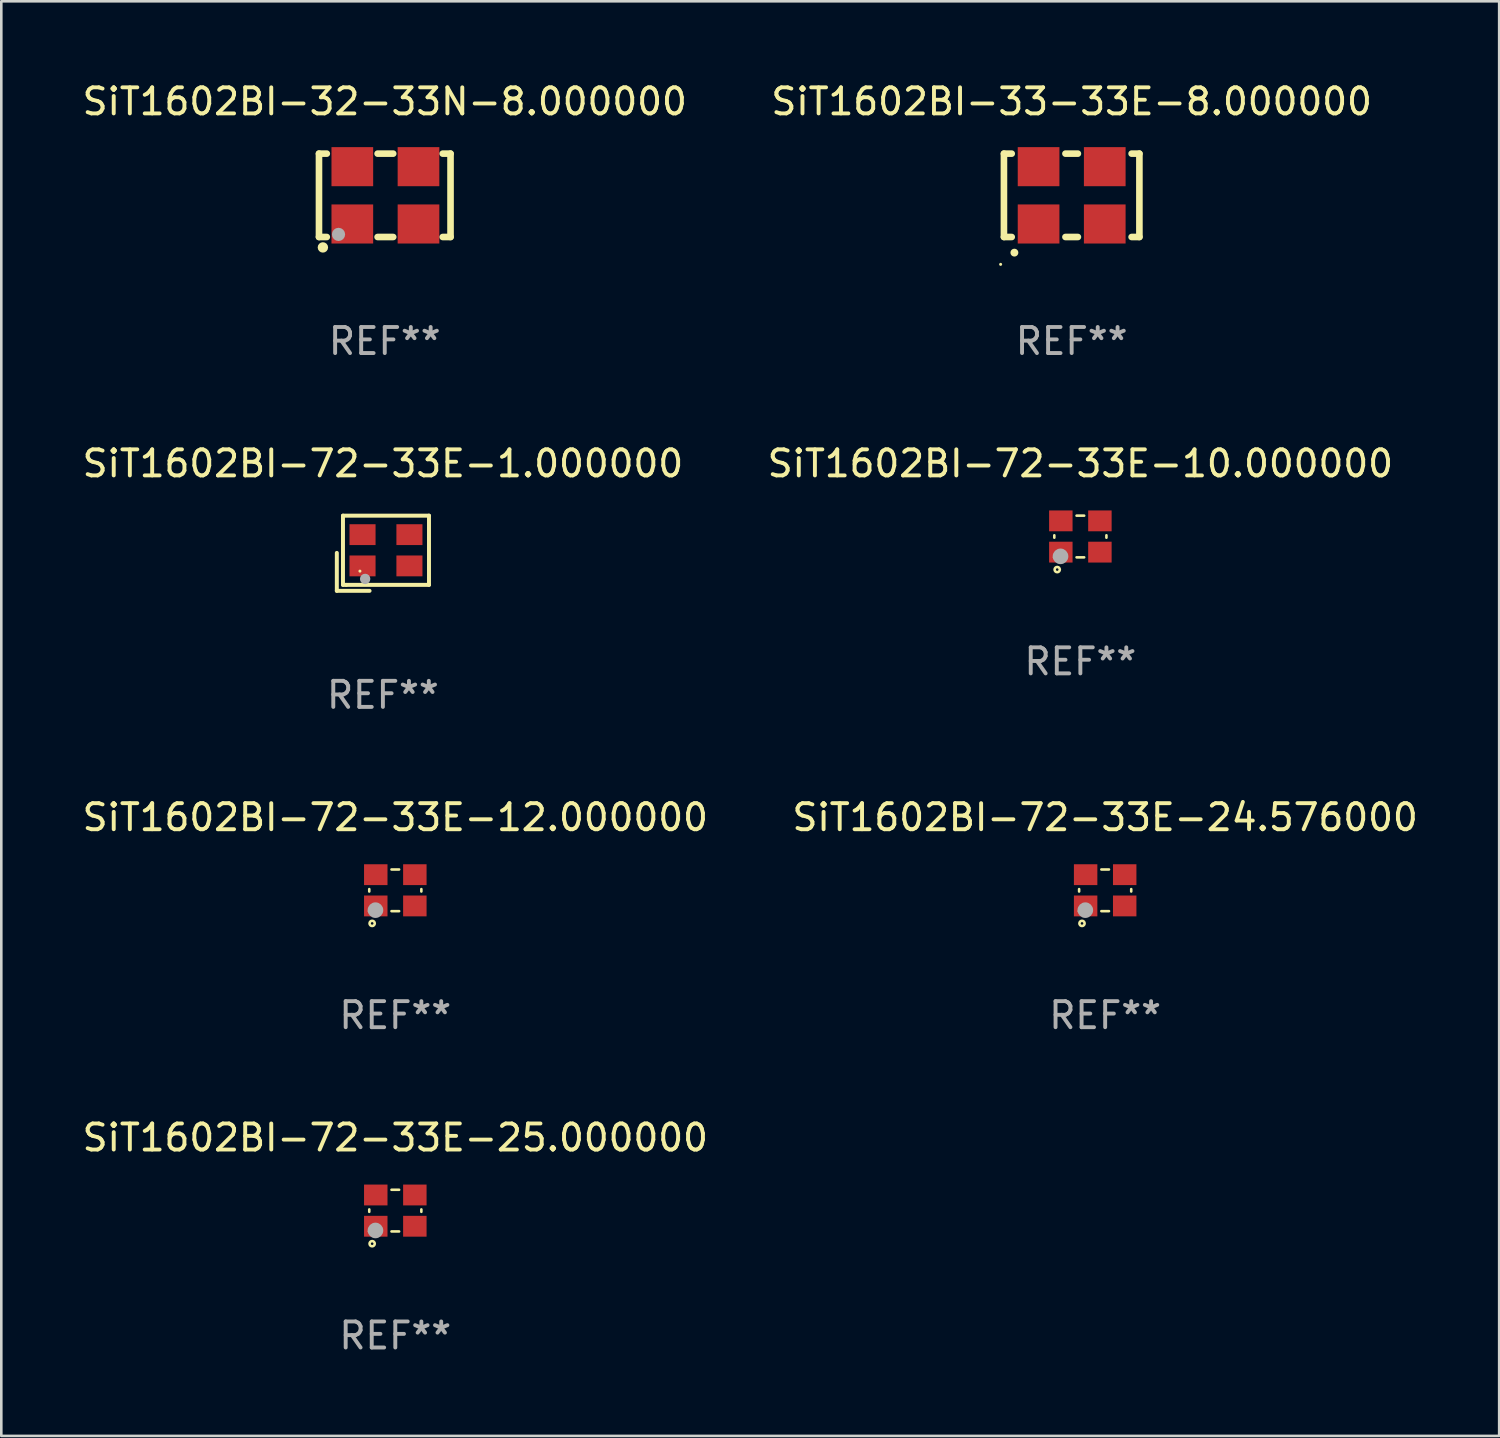
<source format=kicad_pcb>
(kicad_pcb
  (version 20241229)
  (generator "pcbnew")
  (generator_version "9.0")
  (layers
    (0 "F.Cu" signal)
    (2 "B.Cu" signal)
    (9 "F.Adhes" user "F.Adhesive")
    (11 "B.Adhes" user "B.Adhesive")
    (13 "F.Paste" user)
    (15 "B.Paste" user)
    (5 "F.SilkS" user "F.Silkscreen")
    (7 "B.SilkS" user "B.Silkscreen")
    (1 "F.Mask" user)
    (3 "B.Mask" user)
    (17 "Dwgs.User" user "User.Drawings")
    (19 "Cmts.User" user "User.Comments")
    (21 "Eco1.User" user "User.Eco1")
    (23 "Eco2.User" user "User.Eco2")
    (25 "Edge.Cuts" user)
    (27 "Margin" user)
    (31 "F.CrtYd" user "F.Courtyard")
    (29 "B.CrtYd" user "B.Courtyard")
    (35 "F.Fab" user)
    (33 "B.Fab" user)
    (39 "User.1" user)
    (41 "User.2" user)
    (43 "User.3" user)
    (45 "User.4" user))
  (footprint "SiT1602BI-32-33N-8.000000"
    (layer "F.Cu")
    (at 11.72 4.448)
    (property "Reference" "SiT1602BI-32-33N-8.000000" (at 0 -3.6 0) (layer "F.SilkS") (effects (font (size 1 1) (thickness 0.15))))
    (attr through_hole)
    (fp_line (start -2.525 -1.6) (end -2.225 -1.6) (stroke (width 0.254) (type solid)) (layer "F.SilkS"))
    (fp_line (start -2.525 1.6) (end -2.525 -1.6) (stroke (width 0.254) (type solid)) (layer "F.SilkS"))
    (fp_line (start -2.225 1.6) (end -2.525 1.6) (stroke (width 0.254) (type solid)) (layer "F.SilkS"))
    (fp_line (start -0.275 -1.6) (end 0.325 -1.6) (stroke (width 0.254) (type solid)) (layer "F.SilkS"))
    (fp_line (start -0.275 1.6) (end 0.325 1.6) (stroke (width 0.254) (type solid)) (layer "F.SilkS"))
    (fp_line (start 2.225 -1.6) (end 2.525 -1.6) (stroke (width 0.254) (type solid)) (layer "F.SilkS"))
    (fp_line (start 2.525 -1.6) (end 2.525 1.6) (stroke (width 0.254) (type solid)) (layer "F.SilkS"))
    (fp_line (start 2.525 1.6) (end 2.225 1.6) (stroke (width 0.254) (type solid)) (layer "F.SilkS"))
    (fp_circle (center -2.475 1.65) (end -2.445 1.65) (stroke (width 0.06) (type solid)) (fill no) (layer "F.SilkS"))
    (fp_circle (center -2.375 2) (end -2.275 2) (stroke (width 0.2) (type solid)) (fill no) (layer "F.SilkS"))
    (fp_circle (center -1.775 1.5) (end -1.648 1.5) (stroke (width 0.254) (type solid)) (fill no) (layer "F.Fab"))
    (fp_text user "REF**" (at 0 5.6 0) (layer "F.Fab") (effects (font (size 1 1) (thickness 0.15))))
    (pad "1" smd rect (at -1.245 1.1) (size 1.6 1.5) (layers "F.Cu" "F.Mask" "F.Paste"))
    (pad "2" smd rect (at 1.295 1.1) (size 1.6 1.5) (layers "F.Cu" "F.Mask" "F.Paste"))
    (pad "3" smd rect (at 1.295 -1.1 180) (size 1.6 1.5) (layers "F.Cu" "F.Mask" "F.Paste"))
    (pad "4" smd rect (at -1.245 -1.1) (size 1.6 1.5) (layers "F.Cu" "F.Mask" "F.Paste")))
  (footprint "SiT1602BI-33-33E-8.000000"
    (layer "F.Cu")
    (at 38.089 4.448)
    (property "Reference" "SiT1602BI-33-33E-8.000000" (at 0 -3.6 0) (layer "F.SilkS") (effects (font (size 1 1) (thickness 0.15))))
    (attr through_hole)
    (fp_line (start -2.6 -1.6) (end -2.301 -1.6) (stroke (width 0.254) (type solid)) (layer "F.SilkS"))
    (fp_line (start -2.6 1.6) (end -2.6 -1.6) (stroke (width 0.254) (type solid)) (layer "F.SilkS"))
    (fp_line (start -2.301 1.6) (end -2.6 1.6) (stroke (width 0.254) (type solid)) (layer "F.SilkS"))
    (fp_line (start -0.239 -1.6) (end 0.239 -1.6) (stroke (width 0.254) (type solid)) (layer "F.SilkS"))
    (fp_line (start 0.239 1.6) (end -0.239 1.6) (stroke (width 0.254) (type solid)) (layer "F.SilkS"))
    (fp_line (start 2.301 -1.6) (end 2.6 -1.6) (stroke (width 0.254) (type solid)) (layer "F.SilkS"))
    (fp_line (start 2.6 -1.6) (end 2.6 1.6) (stroke (width 0.254) (type solid)) (layer "F.SilkS"))
    (fp_line (start 2.6 1.6) (end 2.301 1.6) (stroke (width 0.254) (type solid)) (layer "F.SilkS"))
    (fp_arc (start -2.2 2.2) (mid -2.19873 2.199995) (end -2.19746 2.2) (stroke (width 0.3) (type solid)) (layer "F.SilkS"))
    (fp_circle (center -2.727 2.65) (end -2.697 2.65) (stroke (width 0.06) (type solid)) (fill no) (layer "F.SilkS"))
    (fp_text user "REF**" (at 0 5.6 0) (layer "F.Fab") (effects (font (size 1 1) (thickness 0.15))))
    (pad "1" smd rect (at -1.27 1.1) (size 1.6 1.5) (layers "F.Cu" "F.Mask" "F.Paste"))
    (pad "2" smd rect (at 1.27 1.1) (size 1.6 1.5) (layers "F.Cu" "F.Mask" "F.Paste"))
    (pad "3" smd rect (at 1.27 -1.1) (size 1.6 1.5) (layers "F.Cu" "F.Mask" "F.Paste"))
    (pad "4" smd rect (at -1.27 -1.1) (size 1.6 1.5) (layers "F.Cu" "F.Mask" "F.Paste")))
  (footprint "SiT1602BI-72-33E-24.576000"
    (layer "F.Cu")
    (at 39.375 31.127)
    (property "Reference" "SiT1602BI-72-33E-24.576000" (at 0 -2.8 0) (layer "F.SilkS") (effects (font (size 1 1) (thickness 0.15))))
    (attr through_hole)
    (fp_line (start -1 -0.046) (end -1 0.046) (stroke (width 0.1) (type solid)) (layer "F.SilkS"))
    (fp_line (start -0.146 -0.8) (end 0.146 -0.8) (stroke (width 0.1) (type solid)) (layer "F.SilkS"))
    (fp_line (start -0.146 0.8) (end 0.146 0.8) (stroke (width 0.1) (type solid)) (layer "F.SilkS"))
    (fp_line (start 1 -0.046) (end 1 0.046) (stroke (width 0.1) (type solid)) (layer "F.SilkS"))
    (fp_circle (center -1 0.8) (end -0.97 0.8) (stroke (width 0.06) (type solid)) (fill no) (layer "F.SilkS"))
    (fp_circle (center -0.889 1.27) (end -0.789 1.27) (stroke (width 0.1) (type solid)) (fill no) (layer "F.SilkS"))
    (fp_circle (center -0.762 0.762) (end -0.612 0.762) (stroke (width 0.3) (type solid)) (fill no) (layer "F.Fab"))
    (fp_text user "REF**" (at 0 4.8 0) (layer "F.Fab") (effects (font (size 1 1) (thickness 0.15))))
    (pad "1" smd rect (at -0.75 0.6) (size 0.9 0.8) (layers "F.Cu" "F.Mask" "F.Paste"))
    (pad "2" smd rect (at 0.75 0.6) (size 0.9 0.8) (layers "F.Cu" "F.Mask" "F.Paste"))
    (pad "3" smd rect (at 0.75 -0.6) (size 0.9 0.8) (layers "F.Cu" "F.Mask" "F.Paste"))
    (pad "4" smd rect (at -0.75 -0.6) (size 0.9 0.8) (layers "F.Cu" "F.Mask" "F.Paste")))
  (footprint "SiT1602BI-72-33E-25.000000"
    (layer "F.Cu")
    (at 12.125 43.423)
    (property "Reference" "SiT1602BI-72-33E-25.000000" (at 0 -2.8 0) (layer "F.SilkS") (effects (font (size 1 1) (thickness 0.15))))
    (attr through_hole)
    (fp_line (start -1 -0.046) (end -1 0.046) (stroke (width 0.1) (type solid)) (layer "F.SilkS"))
    (fp_line (start -0.146 -0.8) (end 0.146 -0.8) (stroke (width 0.1) (type solid)) (layer "F.SilkS"))
    (fp_line (start -0.146 0.8) (end 0.146 0.8) (stroke (width 0.1) (type solid)) (layer "F.SilkS"))
    (fp_line (start 1 -0.046) (end 1 0.046) (stroke (width 0.1) (type solid)) (layer "F.SilkS"))
    (fp_circle (center -1 0.8) (end -0.97 0.8) (stroke (width 0.06) (type solid)) (fill no) (layer "F.SilkS"))
    (fp_circle (center -0.889 1.27) (end -0.789 1.27) (stroke (width 0.1) (type solid)) (fill no) (layer "F.SilkS"))
    (fp_circle (center -0.762 0.762) (end -0.612 0.762) (stroke (width 0.3) (type solid)) (fill no) (layer "F.Fab"))
    (fp_text user "REF**" (at 0 4.8 0) (layer "F.Fab") (effects (font (size 1 1) (thickness 0.15))))
    (pad "1" smd rect (at -0.75 0.6) (size 0.9 0.8) (layers "F.Cu" "F.Mask" "F.Paste"))
    (pad "2" smd rect (at 0.75 0.6) (size 0.9 0.8) (layers "F.Cu" "F.Mask" "F.Paste"))
    (pad "3" smd rect (at 0.75 -0.6) (size 0.9 0.8) (layers "F.Cu" "F.Mask" "F.Paste"))
    (pad "4" smd rect (at -0.75 -0.6) (size 0.9 0.8) (layers "F.Cu" "F.Mask" "F.Paste")))
  (footprint "SiT1602BI-72-33E-12.000000"
    (layer "F.Cu")
    (at 12.125 31.127)
    (property "Reference" "SiT1602BI-72-33E-12.000000" (at 0 -2.8 0) (layer "F.SilkS") (effects (font (size 1 1) (thickness 0.15))))
    (attr through_hole)
    (fp_line (start -1 -0.046) (end -1 0.046) (stroke (width 0.1) (type solid)) (layer "F.SilkS"))
    (fp_line (start -0.146 -0.8) (end 0.146 -0.8) (stroke (width 0.1) (type solid)) (layer "F.SilkS"))
    (fp_line (start -0.146 0.8) (end 0.146 0.8) (stroke (width 0.1) (type solid)) (layer "F.SilkS"))
    (fp_line (start 1 -0.046) (end 1 0.046) (stroke (width 0.1) (type solid)) (layer "F.SilkS"))
    (fp_circle (center -1 0.8) (end -0.97 0.8) (stroke (width 0.06) (type solid)) (fill no) (layer "F.SilkS"))
    (fp_circle (center -0.889 1.27) (end -0.789 1.27) (stroke (width 0.1) (type solid)) (fill no) (layer "F.SilkS"))
    (fp_circle (center -0.762 0.762) (end -0.612 0.762) (stroke (width 0.3) (type solid)) (fill no) (layer "F.Fab"))
    (fp_text user "REF**" (at 0 4.8 0) (layer "F.Fab") (effects (font (size 1 1) (thickness 0.15))))
    (pad "1" smd rect (at -0.75 0.6) (size 0.9 0.8) (layers "F.Cu" "F.Mask" "F.Paste"))
    (pad "2" smd rect (at 0.75 0.6) (size 0.9 0.8) (layers "F.Cu" "F.Mask" "F.Paste"))
    (pad "3" smd rect (at 0.75 -0.6) (size 0.9 0.8) (layers "F.Cu" "F.Mask" "F.Paste"))
    (pad "4" smd rect (at -0.75 -0.6) (size 0.9 0.8) (layers "F.Cu" "F.Mask" "F.Paste")))
  (footprint "SiT1602BI-72-33E-10.000000"
    (layer "F.Cu")
    (at 38.423 17.545)
    (property "Reference" "SiT1602BI-72-33E-10.000000" (at 0 -2.8 0) (layer "F.SilkS") (effects (font (size 1 1) (thickness 0.15))))
    (attr through_hole)
    (fp_line (start -1 -0.046) (end -1 0.046) (stroke (width 0.1) (type solid)) (layer "F.SilkS"))
    (fp_line (start -0.146 -0.8) (end 0.146 -0.8) (stroke (width 0.1) (type solid)) (layer "F.SilkS"))
    (fp_line (start -0.146 0.8) (end 0.146 0.8) (stroke (width 0.1) (type solid)) (layer "F.SilkS"))
    (fp_line (start 1 -0.046) (end 1 0.046) (stroke (width 0.1) (type solid)) (layer "F.SilkS"))
    (fp_circle (center -1 0.8) (end -0.97 0.8) (stroke (width 0.06) (type solid)) (fill no) (layer "F.SilkS"))
    (fp_circle (center -0.889 1.27) (end -0.789 1.27) (stroke (width 0.1) (type solid)) (fill no) (layer "F.SilkS"))
    (fp_circle (center -0.762 0.762) (end -0.612 0.762) (stroke (width 0.3) (type solid)) (fill no) (layer "F.Fab"))
    (fp_text user "REF**" (at 0 4.8 0) (layer "F.Fab") (effects (font (size 1 1) (thickness 0.15))))
    (pad "1" smd rect (at -0.75 0.6) (size 0.9 0.8) (layers "F.Cu" "F.Mask" "F.Paste"))
    (pad "2" smd rect (at 0.75 0.6) (size 0.9 0.8) (layers "F.Cu" "F.Mask" "F.Paste"))
    (pad "3" smd rect (at 0.75 -0.6) (size 0.9 0.8) (layers "F.Cu" "F.Mask" "F.Paste"))
    (pad "4" smd rect (at -0.75 -0.6) (size 0.9 0.8) (layers "F.Cu" "F.Mask" "F.Paste")))
  (footprint "SiT1602BI-72-33E-1.000000"
    (layer "F.Cu")
    (at 11.649 18.188)
    (property "Reference" "SiT1602BI-72-33E-1.000000" (at 0 -3.443 0) (layer "F.SilkS") (effects (font (size 1 1) (thickness 0.15))))
    (attr through_hole)
    (fp_line (start -1.769 -0.014) (end -1.769 1.443) (stroke (width 0.152) (type solid)) (layer "F.SilkS"))
    (fp_line (start -1.769 1.443) (end -0.512 1.443) (stroke (width 0.152) (type solid)) (layer "F.SilkS"))
    (fp_line (start -1.533 -1.443) (end 1.769 -1.443) (stroke (width 0.152) (type solid)) (layer "F.SilkS"))
    (fp_line (start -1.533 1.214) (end -1.533 -1.443) (stroke (width 0.152) (type solid)) (layer "F.SilkS"))
    (fp_line (start -1.411 1.214) (end -1.533 1.214) (stroke (width 0.152) (type solid)) (layer "F.SilkS"))
    (fp_line (start 1.769 -1.443) (end 1.769 1.214) (stroke (width 0.152) (type solid)) (layer "F.SilkS"))
    (fp_line (start 1.769 1.214) (end -1.411 1.214) (stroke (width 0.152) (type solid)) (layer "F.SilkS"))
    (fp_circle (center -0.882 0.686) (end -0.852 0.686) (stroke (width 0.06) (type solid)) (fill no) (layer "F.SilkS"))
    (fp_circle (center -0.682 0.986) (end -0.582 0.986) (stroke (width 0.2) (type solid)) (fill no) (layer "F.Fab"))
    (fp_text user "REF**" (at 0 5.443 0) (layer "F.Fab") (effects (font (size 1 1) (thickness 0.15))))
    (pad "1" smd rect (at -0.782 0.486 90) (size 0.8 1) (layers "F.Cu" "F.Mask" "F.Paste"))
    (pad "2" smd rect (at 1.018 0.486 90) (size 0.8 1) (layers "F.Cu" "F.Mask" "F.Paste"))
    (pad "3" smd rect (at 1.018 -0.714 90) (size 0.8 1) (layers "F.Cu" "F.Mask" "F.Paste"))
    (pad "4" smd rect (at -0.782 -0.714 90) (size 0.8 1) (layers "F.Cu" "F.Mask" "F.Paste")))
  (gr_rect
    (start -3 -3)
    (end 54.5 52.072)
    (stroke (width 0.1) (type default))
    (fill no)
    (layer "Edge.Cuts")))
</source>
